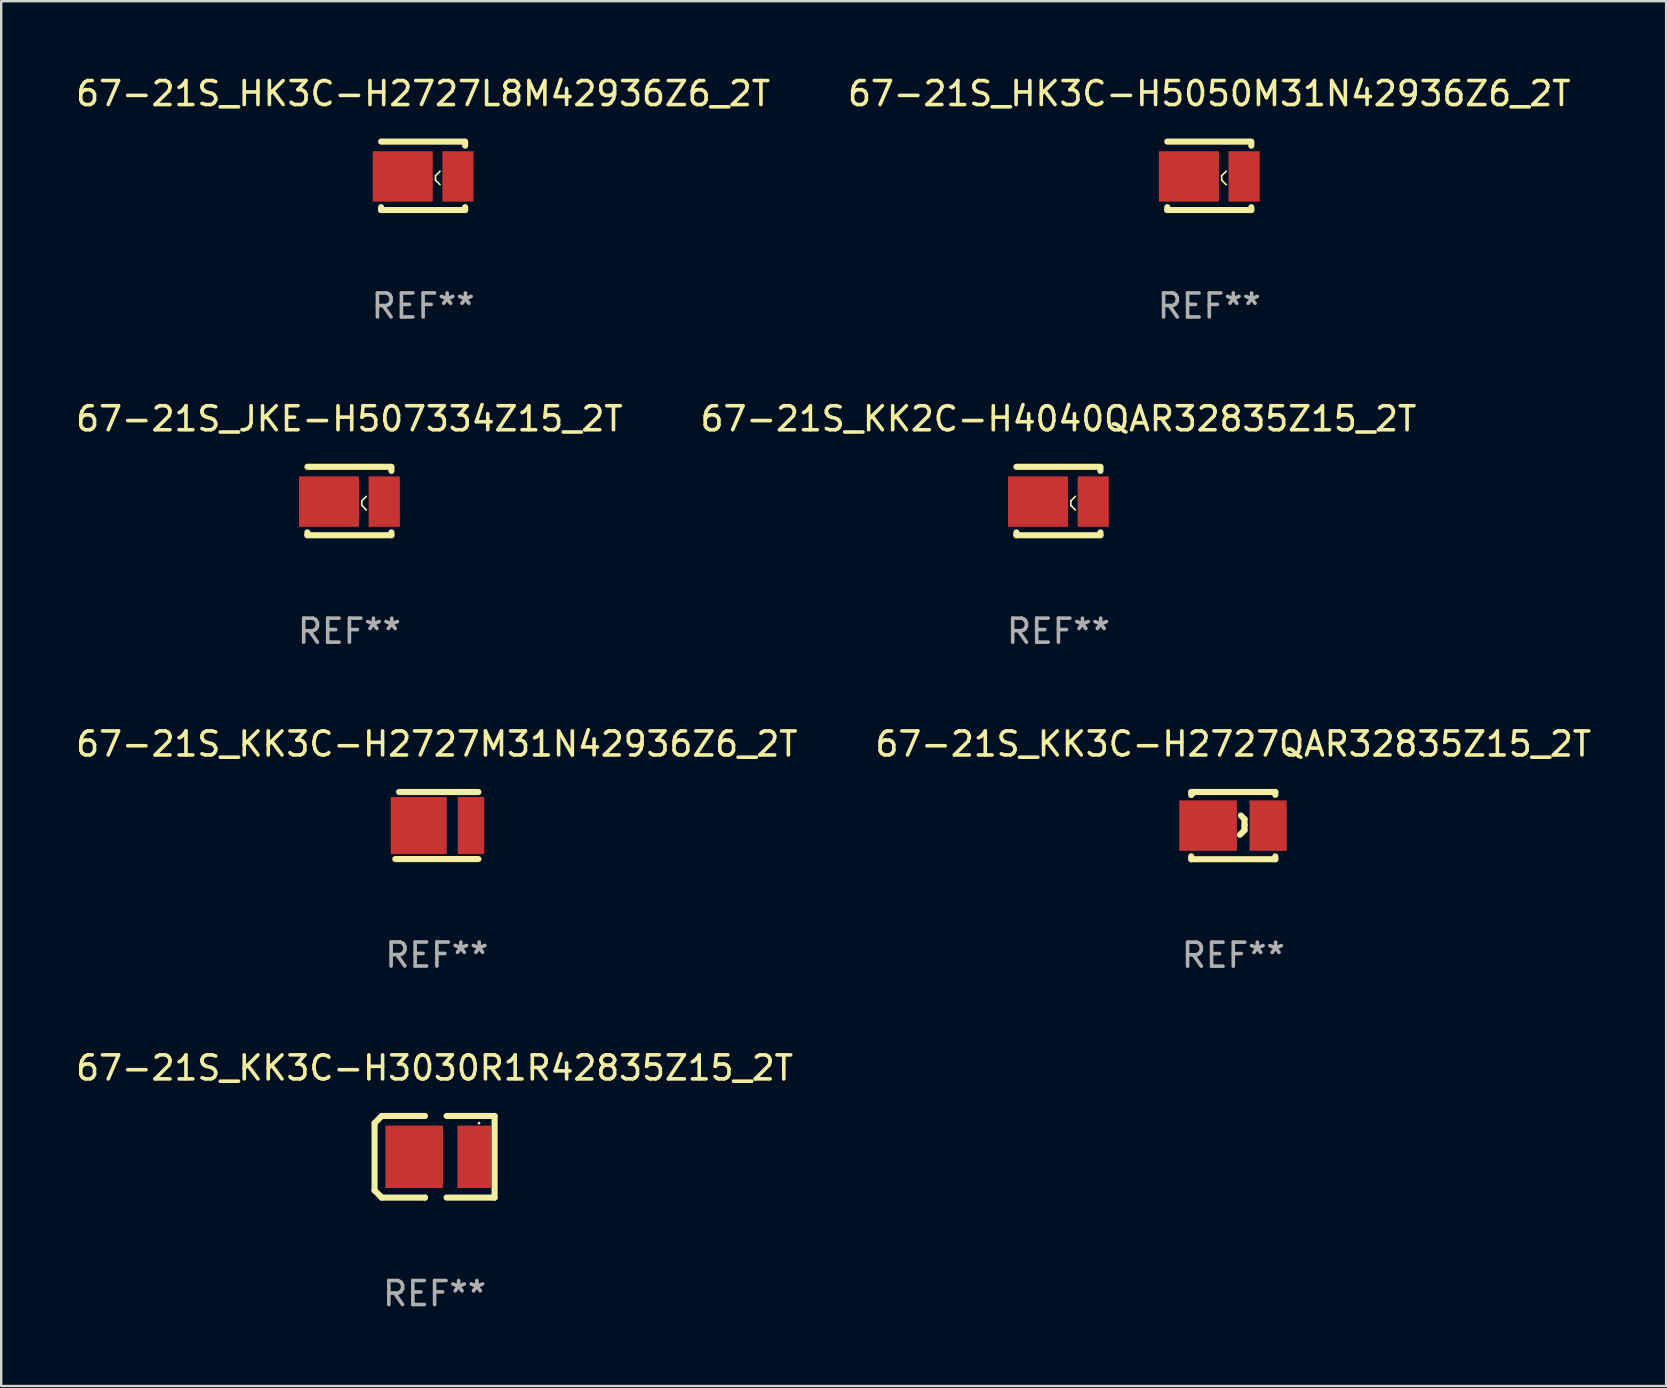
<source format=kicad_pcb>
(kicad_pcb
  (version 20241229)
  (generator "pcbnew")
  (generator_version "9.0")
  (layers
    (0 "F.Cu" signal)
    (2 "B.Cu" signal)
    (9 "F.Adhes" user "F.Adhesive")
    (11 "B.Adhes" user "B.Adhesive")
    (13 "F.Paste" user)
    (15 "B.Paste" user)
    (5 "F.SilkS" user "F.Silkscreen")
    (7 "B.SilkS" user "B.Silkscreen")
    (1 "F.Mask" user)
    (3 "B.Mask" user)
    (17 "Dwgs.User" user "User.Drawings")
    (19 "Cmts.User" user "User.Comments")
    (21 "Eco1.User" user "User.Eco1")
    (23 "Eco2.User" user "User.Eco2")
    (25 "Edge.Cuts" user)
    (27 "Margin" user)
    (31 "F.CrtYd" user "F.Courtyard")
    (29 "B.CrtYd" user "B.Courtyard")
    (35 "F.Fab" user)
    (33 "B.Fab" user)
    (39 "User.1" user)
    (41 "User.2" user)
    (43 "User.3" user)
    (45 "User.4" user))
  (footprint "67-21S_JKE-H507334Z15_2T"
    (layer "F.Cu")
    (at 11.506 17.821)
    (property "Reference" "67-21S_JKE-H507334Z15_2T" (at 0 -3.425 0) (layer "F.SilkS") (effects (font (size 1 1) (thickness 0.15))))
    (attr through_hole)
    (fp_line (start -1.75 -1.425) (end 1.75 -1.425) (stroke (width 0.254) (type solid)) (layer "F.SilkS"))
    (fp_line (start -1.75 1.307) (end -1.75 1.425) (stroke (width 0.254) (type solid)) (layer "F.SilkS"))
    (fp_line (start 0.515 -0.003) (end 0.704 -0.192) (stroke (width 0.07) (type solid)) (layer "F.SilkS"))
    (fp_line (start 0.515 0.181) (end 0.515 -0.003) (stroke (width 0.07) (type solid)) (layer "F.SilkS"))
    (fp_line (start 0.704 0.37) (end 0.515 0.181) (stroke (width 0.07) (type solid)) (layer "F.SilkS"))
    (fp_line (start 1.75 -1.375) (end 1.75 -1.256) (stroke (width 0.254) (type solid)) (layer "F.SilkS"))
    (fp_line (start 1.75 1.307) (end 1.75 1.425) (stroke (width 0.254) (type solid)) (layer "F.SilkS"))
    (fp_line (start 1.75 1.425) (end -1.75 1.425) (stroke (width 0.254) (type solid)) (layer "F.SilkS"))
    (fp_circle (center -1.775 1.425) (end -1.745 1.425) (stroke (width 0.06) (type solid)) (fill no) (layer "F.SilkS"))
    (fp_text user "REF**" (at 0 5.425 0) (layer "F.Fab") (effects (font (size 1 1) (thickness 0.15))))
    (pad "1" smd rect (at -0.85 0.025) (size 2.5 2.1) (layers "F.Cu" "F.Mask" "F.Paste"))
    (pad "2" smd rect (at 1.45 0.025 180) (size 1.3 2.1) (layers "F.Cu" "F.Mask" "F.Paste")))
  (footprint "67-21S_HK3C-H2727L8M42936Z6_2T"
    (layer "F.Cu")
    (at 14.577 4.274)
    (property "Reference" "67-21S_HK3C-H2727L8M42936Z6_2T" (at 0 -3.425 0) (layer "F.SilkS") (effects (font (size 1 1) (thickness 0.15))))
    (attr through_hole)
    (fp_line (start -1.75 -1.425) (end 1.75 -1.425) (stroke (width 0.254) (type solid)) (layer "F.SilkS"))
    (fp_line (start -1.75 1.307) (end -1.75 1.425) (stroke (width 0.254) (type solid)) (layer "F.SilkS"))
    (fp_line (start 0.515 -0.003) (end 0.704 -0.192) (stroke (width 0.07) (type solid)) (layer "F.SilkS"))
    (fp_line (start 0.515 0.181) (end 0.515 -0.003) (stroke (width 0.07) (type solid)) (layer "F.SilkS"))
    (fp_line (start 0.704 0.37) (end 0.515 0.181) (stroke (width 0.07) (type solid)) (layer "F.SilkS"))
    (fp_line (start 1.75 -1.375) (end 1.75 -1.256) (stroke (width 0.254) (type solid)) (layer "F.SilkS"))
    (fp_line (start 1.75 1.307) (end 1.75 1.425) (stroke (width 0.254) (type solid)) (layer "F.SilkS"))
    (fp_line (start 1.75 1.425) (end -1.75 1.425) (stroke (width 0.254) (type solid)) (layer "F.SilkS"))
    (fp_circle (center -1.775 1.425) (end -1.745 1.425) (stroke (width 0.06) (type solid)) (fill no) (layer "F.SilkS"))
    (fp_text user "REF**" (at 0 5.425 0) (layer "F.Fab") (effects (font (size 1 1) (thickness 0.15))))
    (pad "1" smd rect (at -0.85 0.025) (size 2.5 2.1) (layers "F.Cu" "F.Mask" "F.Paste"))
    (pad "2" smd rect (at 1.45 0.025 180) (size 1.3 2.1) (layers "F.Cu" "F.Mask" "F.Paste")))
  (footprint "67-21S_KK2C-H4040QAR32835Z15_2T"
    (layer "F.Cu")
    (at 41.042 17.821)
    (property "Reference" "67-21S_KK2C-H4040QAR32835Z15_2T" (at 0 -3.425 0) (layer "F.SilkS") (effects (font (size 1 1) (thickness 0.15))))
    (attr through_hole)
    (fp_line (start -1.75 -1.425) (end 1.75 -1.425) (stroke (width 0.254) (type solid)) (layer "F.SilkS"))
    (fp_line (start -1.75 1.307) (end -1.75 1.425) (stroke (width 0.254) (type solid)) (layer "F.SilkS"))
    (fp_line (start 0.515 -0.003) (end 0.704 -0.192) (stroke (width 0.07) (type solid)) (layer "F.SilkS"))
    (fp_line (start 0.515 0.181) (end 0.515 -0.003) (stroke (width 0.07) (type solid)) (layer "F.SilkS"))
    (fp_line (start 0.704 0.37) (end 0.515 0.181) (stroke (width 0.07) (type solid)) (layer "F.SilkS"))
    (fp_line (start 1.75 -1.375) (end 1.75 -1.256) (stroke (width 0.254) (type solid)) (layer "F.SilkS"))
    (fp_line (start 1.75 1.307) (end 1.75 1.425) (stroke (width 0.254) (type solid)) (layer "F.SilkS"))
    (fp_line (start 1.75 1.425) (end -1.75 1.425) (stroke (width 0.254) (type solid)) (layer "F.SilkS"))
    (fp_circle (center -1.775 1.425) (end -1.745 1.425) (stroke (width 0.06) (type solid)) (fill no) (layer "F.SilkS"))
    (fp_text user "REF**" (at 0 5.425 0) (layer "F.Fab") (effects (font (size 1 1) (thickness 0.15))))
    (pad "1" smd rect (at -0.85 0.025) (size 2.5 2.1) (layers "F.Cu" "F.Mask" "F.Paste"))
    (pad "2" smd rect (at 1.45 0.025 180) (size 1.3 2.1) (layers "F.Cu" "F.Mask" "F.Paste")))
  (footprint "67-21S_KK3C-H2727QAR32835Z15_2T"
    (layer "F.Cu")
    (at 48.327 31.343)
    (property "Reference" "67-21S_KK3C-H2727QAR32835Z15_2T" (at 0 -3.4 0) (layer "F.SilkS") (effects (font (size 1 1) (thickness 0.15))))
    (attr through_hole)
    (fp_line (start -1.75 -1.4) (end -1.75 -1.281) (stroke (width 0.254) (type solid)) (layer "F.SilkS"))
    (fp_line (start -1.75 -1.4) (end 1.75 -1.4) (stroke (width 0.254) (type solid)) (layer "F.SilkS"))
    (fp_line (start -1.75 1.281) (end -1.75 1.4) (stroke (width 0.254) (type solid)) (layer "F.SilkS"))
    (fp_line (start -1.631 -1.4) (end -1.75 -1.281) (stroke (width 0.254) (type solid)) (layer "F.SilkS"))
    (fp_line (start -1.513 -1.4) (end -1.631 -1.4) (stroke (width 0.254) (type solid)) (layer "F.SilkS"))
    (fp_line (start 0.277 0.381) (end 0.467 0.191) (stroke (width 0.254) (type solid)) (layer "F.SilkS"))
    (fp_line (start 0.467 -0.269) (end 0.317 -0.419) (stroke (width 0.254) (type solid)) (layer "F.SilkS"))
    (fp_line (start 0.467 -0.019) (end 0.467 -0.269) (stroke (width 0.254) (type solid)) (layer "F.SilkS"))
    (fp_line (start 0.467 0.191) (end 0.467 -0.019) (stroke (width 0.254) (type solid)) (layer "F.SilkS"))
    (fp_line (start 1.75 -1.4) (end 1.75 -1.281) (stroke (width 0.254) (type solid)) (layer "F.SilkS"))
    (fp_line (start 1.75 1.281) (end 1.75 1.4) (stroke (width 0.254) (type solid)) (layer "F.SilkS"))
    (fp_line (start 1.75 1.4) (end -1.75 1.4) (stroke (width 0.254) (type solid)) (layer "F.SilkS"))
    (fp_circle (center -1.775 1.4) (end -1.745 1.4) (stroke (width 0.06) (type solid)) (fill no) (layer "F.SilkS"))
    (fp_text user "REF**" (at 0 5.4 0) (layer "F.Fab") (effects (font (size 1 1) (thickness 0.15))))
    (pad "1" smd rect (at -1.05 0.000102) (size 2.4 2.1) (layers "F.Cu" "F.Mask" "F.Paste"))
    (pad "2" smd rect (at 1.45 0.000102) (size 1.55 2.1) (layers "F.Cu" "F.Mask" "F.Paste")))
  (footprint "67-21S_KK3C-H3030R1R42835Z15_2T"
    (layer "F.Cu")
    (at 15.054 45.139)
    (property "Reference" "67-21S_KK3C-H3030R1R42835Z15_2T" (at 0 -3.7 0) (layer "F.SilkS") (effects (font (size 1 1) (thickness 0.15))))
    (attr through_hole)
    (fp_line (start -2.5 1.4) (end -2.2 1.7) (stroke (width 0.254) (type solid)) (layer "F.SilkS"))
    (fp_line (start -2.5 -1.4) (end -2.5 1.4) (stroke (width 0.254) (type solid)) (layer "F.SilkS"))
    (fp_line (start -2.2 1.7) (end -0.4 1.7) (stroke (width 0.254) (type solid)) (layer "F.SilkS"))
    (fp_line (start -2.2 -1.7) (end -2.5 -1.4) (stroke (width 0.254) (type solid)) (layer "F.SilkS"))
    (fp_line (start -0.4 -1.7) (end -2.2 -1.7) (stroke (width 0.254) (type solid)) (layer "F.SilkS"))
    (fp_line (start -0.4 1.7) (end -0.4 1.7) (stroke (width 0.254) (type solid)) (layer "F.SilkS"))
    (fp_line (start 0.5 -1.7) (end 2.5 -1.7) (stroke (width 0.254) (type solid)) (layer "F.SilkS"))
    (fp_line (start 2.5 -1.7) (end 2.5 1.7) (stroke (width 0.254) (type solid)) (layer "F.SilkS"))
    (fp_line (start 2.5 1.7) (end 0.5 1.7) (stroke (width 0.254) (type solid)) (layer "F.SilkS"))
    (fp_circle (center 1.85 -1.4) (end 1.88 -1.4) (stroke (width 0.06) (type solid)) (fill no) (layer "F.SilkS"))
    (fp_text user "REF**" (at 0 5.7 0) (layer "F.Fab") (effects (font (size 1 1) (thickness 0.15))))
    (pad "1" smd rect (at 1.65 0 180) (size 1.4 2.6) (layers "F.Cu" "F.Mask" "F.Paste"))
    (pad "2" smd rect (at -0.85 0) (size 2.4 2.6) (layers "F.Cu" "F.Mask" "F.Paste")))
  (footprint "67-21S_KK3C-H2727M31N42936Z6_2T"
    (layer "F.Cu")
    (at 15.149 31.34)
    (property "Reference" "67-21S_KK3C-H2727M31N42936Z6_2T" (at 0 -3.397 0) (layer "F.SilkS") (effects (font (size 1 1) (thickness 0.15))))
    (attr through_hole)
    (fp_line (start -1.571 -1.397) (end -1.551 -1.397) (stroke (width 0.254) (type solid)) (layer "F.SilkS"))
    (fp_line (start -1.571 1.397) (end -1.731 1.397) (stroke (width 0.254) (type solid)) (layer "F.SilkS"))
    (fp_line (start -1.551 -1.397) (end 1.731 -1.397) (stroke (width 0.254) (type solid)) (layer "F.SilkS"))
    (fp_line (start 1.731 1.397) (end -1.571 1.397) (stroke (width 0.254) (type solid)) (layer "F.SilkS"))
    (fp_circle (center -1.668 1.4) (end -1.638 1.4) (stroke (width 0.06) (type solid)) (fill no) (layer "F.SilkS"))
    (fp_text user "REF**" (at 0 5.397 0) (layer "F.Fab") (effects (font (size 1 1) (thickness 0.15))))
    (pad "1" smd rect (at -0.754 0 180) (size 2.33 2.38) (layers "F.Cu" "F.Mask" "F.Paste"))
    (pad "2" smd rect (at 1.421 0 180) (size 1.1 2.38) (layers "F.Cu" "F.Mask" "F.Paste")))
  (footprint "67-21S_HK3C-H5050M31N42936Z6_2T"
    (layer "F.Cu")
    (at 47.327 4.274)
    (property "Reference" "67-21S_HK3C-H5050M31N42936Z6_2T" (at 0 -3.425 0) (layer "F.SilkS") (effects (font (size 1 1) (thickness 0.15))))
    (attr through_hole)
    (fp_line (start -1.75 -1.425) (end 1.75 -1.425) (stroke (width 0.254) (type solid)) (layer "F.SilkS"))
    (fp_line (start -1.75 1.307) (end -1.75 1.425) (stroke (width 0.254) (type solid)) (layer "F.SilkS"))
    (fp_line (start 0.515 -0.003) (end 0.704 -0.192) (stroke (width 0.07) (type solid)) (layer "F.SilkS"))
    (fp_line (start 0.515 0.181) (end 0.515 -0.003) (stroke (width 0.07) (type solid)) (layer "F.SilkS"))
    (fp_line (start 0.704 0.37) (end 0.515 0.181) (stroke (width 0.07) (type solid)) (layer "F.SilkS"))
    (fp_line (start 1.75 -1.375) (end 1.75 -1.256) (stroke (width 0.254) (type solid)) (layer "F.SilkS"))
    (fp_line (start 1.75 1.307) (end 1.75 1.425) (stroke (width 0.254) (type solid)) (layer "F.SilkS"))
    (fp_line (start 1.75 1.425) (end -1.75 1.425) (stroke (width 0.254) (type solid)) (layer "F.SilkS"))
    (fp_circle (center -1.775 1.425) (end -1.745 1.425) (stroke (width 0.06) (type solid)) (fill no) (layer "F.SilkS"))
    (fp_text user "REF**" (at 0 5.425 0) (layer "F.Fab") (effects (font (size 1 1) (thickness 0.15))))
    (pad "1" smd rect (at -0.85 0.025) (size 2.5 2.1) (layers "F.Cu" "F.Mask" "F.Paste"))
    (pad "2" smd rect (at 1.45 0.025 180) (size 1.3 2.1) (layers "F.Cu" "F.Mask" "F.Paste")))
  (gr_rect
    (start -3 -3)
    (end 66.357 54.688)
    (stroke (width 0.1) (type default))
    (fill no)
    (layer "Edge.Cuts")))
</source>
